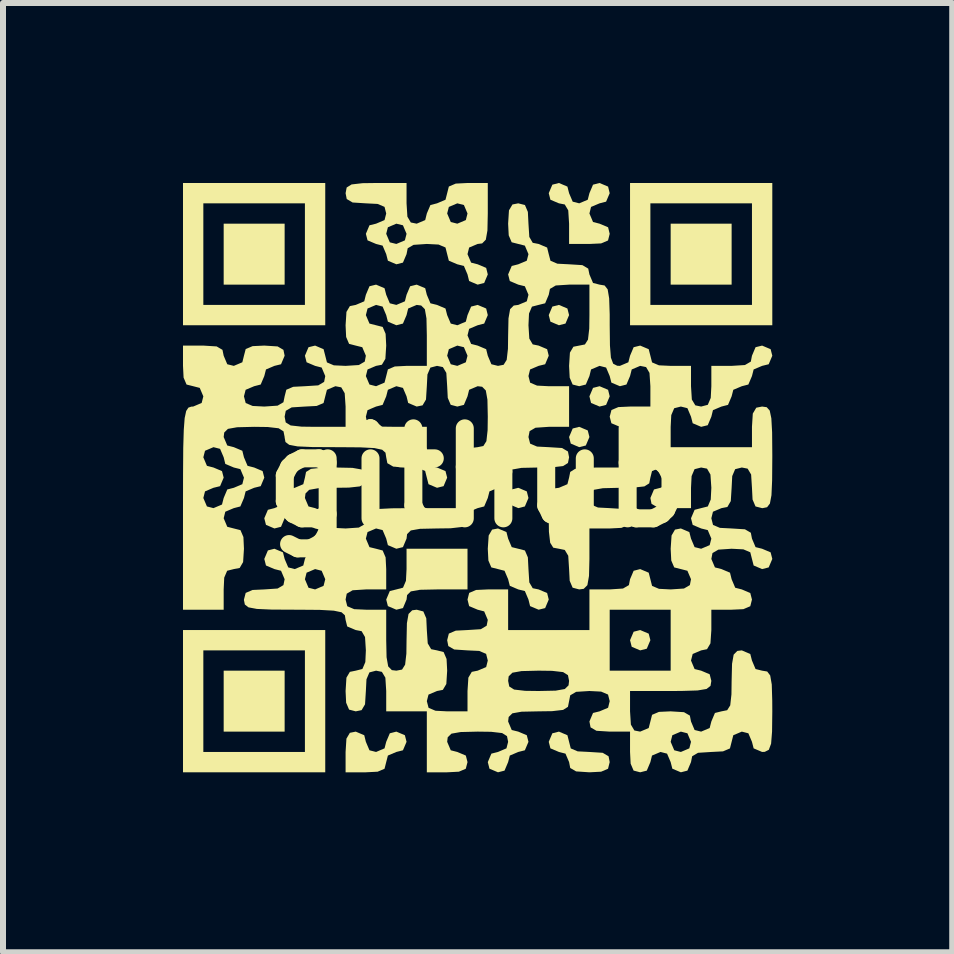
<source format=kicad_pcb>
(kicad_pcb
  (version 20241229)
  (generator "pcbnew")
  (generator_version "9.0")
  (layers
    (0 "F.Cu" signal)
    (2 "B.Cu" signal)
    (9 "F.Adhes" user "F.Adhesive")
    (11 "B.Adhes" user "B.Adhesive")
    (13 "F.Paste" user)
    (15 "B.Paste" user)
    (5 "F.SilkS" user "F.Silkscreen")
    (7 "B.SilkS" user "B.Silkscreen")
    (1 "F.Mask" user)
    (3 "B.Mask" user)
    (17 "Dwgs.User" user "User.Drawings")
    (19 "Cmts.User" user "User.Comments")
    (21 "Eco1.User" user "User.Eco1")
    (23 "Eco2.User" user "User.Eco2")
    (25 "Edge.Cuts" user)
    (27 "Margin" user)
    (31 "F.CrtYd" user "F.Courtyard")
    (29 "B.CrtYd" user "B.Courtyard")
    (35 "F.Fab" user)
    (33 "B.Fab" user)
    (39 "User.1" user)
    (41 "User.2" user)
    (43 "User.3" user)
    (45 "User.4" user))
  (footprint "github"
    (layer "F.Cu")
    (at 4.911 4.911)
    (property "Reference" "github" (at 0 0 0) (layer "F.SilkS") (effects (font (size 1.5 1.5) (thickness 0.3))))
    (attr board_only exclude_from_pos_files exclude_from_bom)
    (fp_poly (pts (xy -3.217 -3.725) (xy -3.217 -3.217) (xy -3.725 -3.217) (xy -4.233 -3.217) (xy -4.233 -3.725) (xy -4.233 -4.233) (xy -3.725 -4.233) (xy -3.217 -4.233)) (stroke (width 0) (type solid)) (fill yes) (layer "F.SilkS"))
    (fp_poly (pts (xy -3.217 3.725) (xy -3.217 4.233) (xy -3.725 4.233) (xy -4.233 4.233) (xy -4.233 3.725) (xy -4.233 3.217) (xy -3.725 3.217) (xy -3.217 3.217)) (stroke (width 0) (type solid)) (fill yes) (layer "F.SilkS"))
    (fp_poly (pts (xy 0.819 0.229) (xy 0.847 0.339) (xy 0.787 0.48) (xy 0.677 0.508) (xy 0.536 0.448) (xy 0.508 0.339) (xy 0.568 0.197) (xy 0.677 0.169)) (stroke (width 0) (type solid)) (fill yes) (layer "F.SilkS"))
    (fp_poly (pts (xy 1.496 -2.819) (xy 1.524 -2.709) (xy 1.464 -2.568) (xy 1.355 -2.54) (xy 1.213 -2.6) (xy 1.185 -2.709) (xy 1.245 -2.851) (xy 1.355 -2.879)) (stroke (width 0) (type solid)) (fill yes) (layer "F.SilkS"))
    (fp_poly (pts (xy 1.835 -0.787) (xy 1.863 -0.677) (xy 1.803 -0.536) (xy 1.693 -0.508) (xy 1.552 -0.568) (xy 1.524 -0.677) (xy 1.584 -0.819) (xy 1.693 -0.847)) (stroke (width 0) (type solid)) (fill yes) (layer "F.SilkS"))
    (fp_poly (pts (xy 2.174 -1.464) (xy 2.201 -1.355) (xy 2.141 -1.213) (xy 2.032 -1.185) (xy 1.89 -1.245) (xy 1.863 -1.355) (xy 1.923 -1.496) (xy 2.032 -1.524)) (stroke (width 0) (type solid)) (fill yes) (layer "F.SilkS"))
    (fp_poly (pts (xy 2.851 2.6) (xy 2.879 2.709) (xy 2.819 2.851) (xy 2.709 2.879) (xy 2.568 2.819) (xy 2.54 2.709) (xy 2.6 2.568) (xy 2.709 2.54)) (stroke (width 0) (type solid)) (fill yes) (layer "F.SilkS"))
    (fp_poly (pts (xy 4.233 -3.725) (xy 4.233 -3.217) (xy 3.725 -3.217) (xy 3.217 -3.217) (xy 3.217 -3.725) (xy 3.217 -4.233) (xy 3.725 -4.233) (xy 4.233 -4.233)) (stroke (width 0) (type solid)) (fill yes) (layer "F.SilkS"))
    (fp_poly (pts (xy -2.54 -3.725) (xy -2.54 -2.54) (xy -3.725 -2.54) (xy -4.911 -2.54) (xy -4.911 -3.725) (xy -4.572 -3.725) (xy -4.572 -2.879) (xy -3.725 -2.879) (xy -2.879 -2.879) (xy -2.879 -3.725) (xy -2.879 -4.572) (xy -3.725 -4.572) (xy -4.572 -4.572) (xy -4.572 -3.725) (xy -4.911 -3.725) (xy -4.911 -4.911) (xy -3.725 -4.911) (xy -2.54 -4.911)) (stroke (width 0) (type solid)) (fill yes) (layer "F.SilkS"))
    (fp_poly (pts (xy -2.54 3.725) (xy -2.54 4.911) (xy -3.725 4.911) (xy -4.911 4.911) (xy -4.911 3.725) (xy -4.572 3.725) (xy -4.572 4.572) (xy -3.725 4.572) (xy -2.879 4.572) (xy -2.879 3.725) (xy -2.879 2.879) (xy -3.725 2.879) (xy -4.572 2.879) (xy -4.572 3.725) (xy -4.911 3.725) (xy -4.911 2.54) (xy -3.725 2.54) (xy -2.54 2.54)) (stroke (width 0) (type solid)) (fill yes) (layer "F.SilkS"))
    (fp_poly (pts (xy 4.911 -3.725) (xy 4.911 -2.54) (xy 3.725 -2.54) (xy 2.54 -2.54) (xy 2.54 -3.725) (xy 2.879 -3.725) (xy 2.879 -2.879) (xy 3.725 -2.879) (xy 4.572 -2.879) (xy 4.572 -3.725) (xy 4.572 -4.572) (xy 3.725 -4.572) (xy 2.879 -4.572) (xy 2.879 -3.725) (xy 2.54 -3.725) (xy 2.54 -4.911) (xy 3.725 -4.911) (xy 4.911 -4.911)) (stroke (width 0) (type solid)) (fill yes) (layer "F.SilkS"))
    (fp_poly (pts (xy -0.169 1.524) (xy -0.169 1.863) (xy -0.677 1.863) (xy -0.961 1.869) (xy -1.114 1.896) (xy -1.176 1.957) (xy -1.185 2.032) (xy -1.245 2.174) (xy -1.355 2.201) (xy -1.496 2.141) (xy -1.524 2.032) (xy -1.464 1.89) (xy -1.355 1.863) (xy -1.244 1.834) (xy -1.195 1.719) (xy -1.185 1.524) (xy -1.185 1.185) (xy -0.677 1.185) (xy -0.169 1.185)) (stroke (width 0) (type solid)) (fill yes) (layer "F.SilkS"))
    (fp_poly (pts (xy 1.496 4.293) (xy 1.524 4.403) (xy 1.552 4.513) (xy 1.667 4.562) (xy 1.863 4.572) (xy 2.084 4.586) (xy 2.182 4.644) (xy 2.201 4.741) (xy 2.173 4.852) (xy 2.058 4.901) (xy 1.863 4.911) (xy 1.641 4.896) (xy 1.543 4.839) (xy 1.524 4.741) (xy 1.464 4.6) (xy 1.355 4.572) (xy 1.213 4.512) (xy 1.185 4.403) (xy 1.245 4.261) (xy 1.355 4.233)) (stroke (width 0) (type solid)) (fill yes) (layer "F.SilkS"))
    (fp_poly (pts (xy -1.213 4.293) (xy -1.185 4.403) (xy -1.245 4.544) (xy -1.355 4.572) (xy -1.496 4.632) (xy -1.524 4.741) (xy -1.552 4.852) (xy -1.667 4.901) (xy -1.863 4.911) (xy -2.201 4.911) (xy -2.201 4.572) (xy -2.187 4.35) (xy -2.13 4.253) (xy -2.032 4.233) (xy -1.89 4.293) (xy -1.863 4.403) (xy -1.803 4.544) (xy -1.693 4.572) (xy -1.552 4.512) (xy -1.524 4.403) (xy -1.464 4.261) (xy -1.355 4.233)) (stroke (width 0) (type solid)) (fill yes) (layer "F.SilkS"))
    (fp_poly (pts (xy 0.48 0.907) (xy 0.508 1.016) (xy 0.568 1.158) (xy 0.677 1.185) (xy 0.788 1.214) (xy 0.837 1.329) (xy 0.847 1.524) (xy 0.861 1.746) (xy 0.918 1.843) (xy 1.016 1.863) (xy 1.158 1.923) (xy 1.185 2.032) (xy 1.125 2.174) (xy 1.016 2.201) (xy 0.874 2.141) (xy 0.847 2.032) (xy 0.787 1.89) (xy 0.677 1.863) (xy 0.536 1.803) (xy 0.508 1.693) (xy 0.448 1.552) (xy 0.339 1.524) (xy 0.228 1.496) (xy 0.179 1.381) (xy 0.169 1.185) (xy 0.184 0.964) (xy 0.241 0.866) (xy 0.339 0.847)) (stroke (width 0) (type solid)) (fill yes) (layer "F.SilkS"))
    (fp_poly (pts (xy 2.174 -4.851) (xy 2.201 -4.741) (xy 2.141 -4.6) (xy 2.032 -4.572) (xy 1.89 -4.512) (xy 1.863 -4.403) (xy 1.923 -4.261) (xy 2.032 -4.233) (xy 2.174 -4.173) (xy 2.201 -4.064) (xy 2.173 -3.953) (xy 2.058 -3.904) (xy 1.863 -3.895) (xy 1.524 -3.895) (xy 1.524 -4.233) (xy 1.51 -4.455) (xy 1.452 -4.553) (xy 1.355 -4.572) (xy 1.213 -4.632) (xy 1.185 -4.741) (xy 1.245 -4.883) (xy 1.355 -4.911) (xy 1.496 -4.851) (xy 1.524 -4.741) (xy 1.584 -4.6) (xy 1.693 -4.572) (xy 1.835 -4.632) (xy 1.863 -4.741) (xy 1.923 -4.883) (xy 2.032 -4.911)) (stroke (width 0) (type solid)) (fill yes) (layer "F.SilkS"))
    (fp_poly (pts (xy -1.185 -4.572) (xy -1.171 -4.35) (xy -1.114 -4.253) (xy -1.016 -4.233) (xy -0.874 -4.293) (xy -0.847 -4.403) (xy -0.508 -4.403) (xy -0.448 -4.261) (xy -0.339 -4.233) (xy -0.197 -4.293) (xy -0.169 -4.403) (xy -0.229 -4.544) (xy -0.339 -4.572) (xy -0.48 -4.512) (xy -0.508 -4.403) (xy -0.847 -4.403) (xy -0.787 -4.544) (xy -0.677 -4.572) (xy -0.536 -4.632) (xy -0.508 -4.741) (xy -0.48 -4.852) (xy -0.365 -4.901) (xy -0.169 -4.911) (xy 0.169 -4.911) (xy 0.169 -4.403) (xy 0.163 -4.119) (xy 0.136 -3.966) (xy 0.075 -3.904) (xy -0.000001 -3.895) (xy -0.142 -3.835) (xy -0.169 -3.725) (xy -0.109 -3.584) (xy -0.000001 -3.556) (xy 0.142 -3.496) (xy 0.169 -3.387) (xy 0.109 -3.245) (xy -0.000001 -3.217) (xy -0.142 -3.277) (xy -0.169 -3.387) (xy -0.229 -3.528) (xy -0.339 -3.556) (xy -0.48 -3.616) (xy -0.508 -3.725) (xy -0.536 -3.836) (xy -0.651 -3.885) (xy -0.847 -3.895) (xy -1.068 -3.88) (xy -1.166 -3.823) (xy -1.185 -3.725) (xy -1.245 -3.584) (xy -1.355 -3.556) (xy -1.496 -3.616) (xy -1.524 -3.725) (xy -1.584 -3.867) (xy -1.693 -3.895) (xy -1.835 -3.955) (xy -1.863 -4.064) (xy -1.524 -4.064) (xy -1.464 -3.922) (xy -1.355 -3.895) (xy -1.213 -3.955) (xy -1.185 -4.064) (xy -1.245 -4.206) (xy -1.355 -4.233) (xy -1.496 -4.173) (xy -1.524 -4.064) (xy -1.863 -4.064) (xy -1.803 -4.206) (xy -1.693 -4.233) (xy -1.552 -4.293) (xy -1.524 -4.403) (xy -1.552 -4.513) (xy -1.667 -4.562) (xy -1.863 -4.572) (xy -2.084 -4.586) (xy -2.182 -4.644) (xy -2.201 -4.741) (xy -2.183 -4.836) (xy -2.101 -4.887) (xy -1.918 -4.908) (xy -1.693 -4.911) (xy -1.185 -4.911)) (stroke (width 0) (type solid)) (fill yes) (layer "F.SilkS"))
    (fp_poly (pts (xy 0.788 -4.544) (xy 0.837 -4.429) (xy 0.847 -4.233) (xy 0.861 -4.012) (xy 0.918 -3.914) (xy 1.016 -3.895) (xy 1.158 -3.835) (xy 1.185 -3.725) (xy 1.214 -3.615) (xy 1.329 -3.566) (xy 1.524 -3.556) (xy 1.746 -3.542) (xy 1.843 -3.484) (xy 1.863 -3.387) (xy 1.923 -3.245) (xy 2.032 -3.217) (xy 2.116 -3.203) (xy 2.167 -3.138) (xy 2.192 -2.988) (xy 2.201 -2.719) (xy 2.201 -2.54) (xy 2.205 -2.203) (xy 2.221 -2) (xy 2.259 -1.899) (xy 2.326 -1.865) (xy 2.371 -1.863) (xy 2.512 -1.923) (xy 2.54 -2.032) (xy 2.6 -2.174) (xy 2.709 -2.201) (xy 2.851 -2.141) (xy 2.879 -2.032) (xy 2.907 -1.921) (xy 3.022 -1.872) (xy 3.217 -1.863) (xy 3.556 -1.863) (xy 3.556 -1.524) (xy 3.57 -1.302) (xy 3.628 -1.205) (xy 3.725 -1.185) (xy 3.836 -1.214) (xy 3.885 -1.329) (xy 3.895 -1.524) (xy 3.895 -1.863) (xy 4.233 -1.863) (xy 4.455 -1.877) (xy 4.553 -1.934) (xy 4.572 -2.032) (xy 4.632 -2.174) (xy 4.741 -2.201) (xy 4.883 -2.141) (xy 4.911 -2.032) (xy 4.851 -1.89) (xy 4.741 -1.863) (xy 4.6 -1.803) (xy 4.572 -1.693) (xy 4.512 -1.552) (xy 4.403 -1.524) (xy 4.261 -1.464) (xy 4.233 -1.355) (xy 4.173 -1.213) (xy 4.064 -1.185) (xy 3.922 -1.125) (xy 3.895 -1.016) (xy 3.835 -0.874) (xy 3.725 -0.847) (xy 3.584 -0.907) (xy 3.556 -1.016) (xy 3.496 -1.158) (xy 3.387 -1.185) (xy 3.276 -1.157) (xy 3.227 -1.042) (xy 3.217 -0.847) (xy 3.217 -0.508) (xy 3.895 -0.508) (xy 4.572 -0.508) (xy 4.572 -0.847) (xy 4.586 -1.068) (xy 4.644 -1.166) (xy 4.741 -1.185) (xy 4.818 -1.174) (xy 4.868 -1.118) (xy 4.895 -0.989) (xy 4.908 -0.754) (xy 4.911 -0.384) (xy 4.911 -0.339) (xy 4.908 0.047) (xy 4.897 0.293) (xy 4.871 0.432) (xy 4.824 0.493) (xy 4.75 0.508) (xy 4.741 0.508) (xy 4.631 0.48) (xy 4.582 0.365) (xy 4.572 0.169) (xy 4.558 -0.052) (xy 4.5 -0.15) (xy 4.403 -0.169) (xy 4.292 -0.141) (xy 4.243 -0.026) (xy 4.233 0.169) (xy 4.219 0.391) (xy 4.162 0.489) (xy 4.064 0.508) (xy 3.922 0.568) (xy 3.895 0.677) (xy 3.923 0.788) (xy 4.038 0.837) (xy 4.233 0.847) (xy 4.455 0.861) (xy 4.553 0.918) (xy 4.572 1.016) (xy 4.632 1.158) (xy 4.741 1.185) (xy 4.883 1.245) (xy 4.911 1.355) (xy 4.851 1.496) (xy 4.741 1.524) (xy 4.6 1.464) (xy 4.572 1.355) (xy 4.544 1.244) (xy 4.429 1.195) (xy 4.233 1.185) (xy 4.012 1.2) (xy 3.914 1.257) (xy 3.895 1.355) (xy 3.955 1.496) (xy 4.064 1.524) (xy 4.206 1.584) (xy 4.233 1.693) (xy 4.293 1.835) (xy 4.403 1.863) (xy 4.544 1.923) (xy 4.572 2.032) (xy 4.544 2.143) (xy 4.429 2.192) (xy 4.233 2.201) (xy 3.895 2.201) (xy 3.895 2.54) (xy 3.88 2.762) (xy 3.823 2.859) (xy 3.725 2.879) (xy 3.584 2.939) (xy 3.556 3.048) (xy 3.616 3.19) (xy 3.725 3.217) (xy 3.867 3.277) (xy 3.895 3.387) (xy 3.881 3.471) (xy 3.815 3.522) (xy 3.665 3.547) (xy 3.396 3.555) (xy 3.217 3.556) (xy 2.54 3.556) (xy 2.54 3.895) (xy 2.554 4.116) (xy 2.612 4.214) (xy 2.709 4.233) (xy 2.851 4.173) (xy 2.879 4.064) (xy 2.907 3.953) (xy 3.022 3.904) (xy 3.217 3.895) (xy 3.439 3.909) (xy 3.537 3.966) (xy 3.556 4.064) (xy 3.616 4.206) (xy 3.725 4.233) (xy 3.867 4.173) (xy 3.895 4.064) (xy 3.955 3.922) (xy 4.064 3.895) (xy 4.159 3.876) (xy 4.21 3.795) (xy 4.23 3.612) (xy 4.233 3.387) (xy 4.24 3.103) (xy 4.267 2.95) (xy 4.328 2.888) (xy 4.403 2.879) (xy 4.544 2.939) (xy 4.572 3.048) (xy 4.632 3.19) (xy 4.741 3.217) (xy 4.826 3.231) (xy 4.876 3.297) (xy 4.902 3.447) (xy 4.91 3.716) (xy 4.911 3.895) (xy 4.907 4.232) (xy 4.891 4.434) (xy 4.853 4.536) (xy 4.786 4.57) (xy 4.741 4.572) (xy 4.6 4.512) (xy 4.572 4.403) (xy 4.512 4.261) (xy 4.403 4.233) (xy 4.261 4.293) (xy 4.233 4.403) (xy 4.205 4.513) (xy 4.09 4.562) (xy 3.895 4.572) (xy 3.673 4.586) (xy 3.575 4.644) (xy 3.556 4.741) (xy 3.496 4.883) (xy 3.387 4.911) (xy 3.245 4.851) (xy 3.217 4.741) (xy 3.157 4.6) (xy 3.048 4.572) (xy 2.906 4.632) (xy 2.879 4.741) (xy 2.819 4.883) (xy 2.709 4.911) (xy 2.599 4.882) (xy 2.55 4.767) (xy 2.54 4.572) (xy 2.54 4.403) (xy 3.217 4.403) (xy 3.277 4.544) (xy 3.387 4.572) (xy 3.528 4.512) (xy 3.556 4.403) (xy 3.496 4.261) (xy 3.387 4.233) (xy 3.245 4.293) (xy 3.217 4.403) (xy 2.54 4.403) (xy 2.54 4.233) (xy 2.201 4.233) (xy 1.98 4.219) (xy 1.882 4.162) (xy 1.863 4.064) (xy 1.923 3.922) (xy 2.032 3.895) (xy 2.174 3.835) (xy 2.201 3.725) (xy 2.173 3.615) (xy 2.058 3.566) (xy 1.863 3.556) (xy 1.641 3.57) (xy 1.543 3.628) (xy 1.524 3.725) (xy 1.505 3.82) (xy 1.424 3.871) (xy 1.241 3.892) (xy 1.016 3.895) (xy 0.732 3.901) (xy 0.579 3.928) (xy 0.517 3.989) (xy 0.508 4.064) (xy 0.568 4.206) (xy 0.677 4.233) (xy 0.819 4.293) (xy 0.847 4.403) (xy 0.787 4.544) (xy 0.677 4.572) (xy 0.536 4.632) (xy 0.508 4.741) (xy 0.448 4.883) (xy 0.339 4.911) (xy 0.197 4.851) (xy 0.169 4.741) (xy 0.229 4.6) (xy 0.339 4.572) (xy 0.48 4.512) (xy 0.508 4.403) (xy 0.489 4.308) (xy 0.408 4.257) (xy 0.225 4.236) (xy -0.000001 4.233) (xy -0.284 4.24) (xy -0.437 4.267) (xy -0.499 4.328) (xy -0.508 4.403) (xy -0.448 4.544) (xy -0.339 4.572) (xy -0.197 4.632) (xy -0.169 4.741) (xy -0.198 4.852) (xy -0.313 4.901) (xy -0.508 4.911) (xy -0.847 4.911) (xy -0.847 4.403) (xy -0.847 3.895) (xy -1.185 3.895) (xy -1.524 3.895) (xy -1.524 3.556) (xy -1.538 3.334) (xy -1.596 3.237) (xy -1.693 3.217) (xy -1.804 3.246) (xy -1.853 3.361) (xy -1.863 3.556) (xy -1.877 3.778) (xy -1.934 3.875) (xy -2.032 3.895) (xy -2.143 3.866) (xy -2.192 3.751) (xy -2.201 3.556) (xy -2.187 3.334) (xy -2.13 3.237) (xy -2.032 3.217) (xy -1.921 3.189) (xy -1.872 3.074) (xy -1.863 2.879) (xy -1.877 2.657) (xy -1.934 2.559) (xy -2.032 2.54) (xy -2.174 2.48) (xy -2.201 2.371) (xy -2.213 2.294) (xy -2.268 2.244) (xy -2.398 2.217) (xy -2.632 2.204) (xy -3.003 2.201) (xy -3.048 2.201) (xy -3.433 2.199) (xy -3.68 2.188) (xy -3.819 2.162) (xy -3.88 2.115) (xy -3.895 2.041) (xy -3.895 2.032) (xy -2.201 2.032) (xy -2.173 2.143) (xy -2.058 2.192) (xy -1.863 2.201) (xy -1.524 2.201) (xy -1.524 2.709) (xy -1.518 2.993) (xy -1.491 3.146) (xy -1.43 3.208) (xy -1.355 3.217) (xy -1.26 3.199) (xy -1.209 3.117) (xy -1.188 2.934) (xy -1.185 2.709) (xy -1.179 2.426) (xy -1.152 2.272) (xy -1.091 2.211) (xy -1.016 2.201) (xy -0.905 2.23) (xy -0.856 2.345) (xy -0.847 2.54) (xy -0.832 2.762) (xy -0.775 2.859) (xy -0.677 2.879) (xy -0.567 2.907) (xy -0.518 3.022) (xy -0.508 3.217) (xy -0.522 3.439) (xy -0.58 3.537) (xy -0.677 3.556) (xy -0.819 3.616) (xy -0.847 3.725) (xy -0.818 3.836) (xy -0.703 3.885) (xy -0.508 3.895) (xy -0.169 3.895) (xy -0.169 3.556) (xy -0.158 3.387) (xy 0.508 3.387) (xy 0.527 3.481) (xy 0.608 3.532) (xy 0.791 3.553) (xy 1.016 3.556) (xy 1.3 3.55) (xy 1.453 3.523) (xy 1.515 3.462) (xy 1.524 3.387) (xy 1.505 3.292) (xy 1.424 3.241) (xy 1.241 3.22) (xy 1.016 3.217) (xy 0.732 3.224) (xy 0.579 3.251) (xy 0.517 3.312) (xy 0.508 3.387) (xy -0.158 3.387) (xy -0.155 3.334) (xy -0.098 3.237) (xy -0.000001 3.217) (xy 0.142 3.157) (xy 0.169 3.048) (xy 0.141 2.937) (xy 0.026 2.888) (xy -0.169 2.879) (xy -0.391 2.864) (xy -0.489 2.807) (xy -0.508 2.709) (xy 2.201 2.709) (xy 2.201 3.217) (xy 2.709 3.217) (xy 3.217 3.217) (xy 3.217 2.709) (xy 3.217 2.201) (xy 2.709 2.201) (xy 2.201 2.201) (xy 2.201 2.709) (xy -0.508 2.709) (xy -0.48 2.599) (xy -0.365 2.55) (xy -0.169 2.54) (xy 0.052 2.526) (xy 0.15 2.468) (xy 0.169 2.371) (xy 0.109 2.229) (xy -0.000001 2.201) (xy -0.142 2.141) (xy -0.169 2.032) (xy -0.141 1.921) (xy -0.026 1.872) (xy 0.169 1.863) (xy 0.508 1.863) (xy 0.508 2.201) (xy 0.508 2.54) (xy 1.185 2.54) (xy 1.863 2.54) (xy 1.863 2.201) (xy 1.863 1.863) (xy 2.201 1.863) (xy 2.423 1.848) (xy 2.521 1.791) (xy 2.54 1.693) (xy 2.6 1.552) (xy 2.709 1.524) (xy 2.851 1.584) (xy 2.879 1.693) (xy 2.907 1.804) (xy 3.022 1.853) (xy 3.217 1.863) (xy 3.439 1.848) (xy 3.537 1.791) (xy 3.556 1.693) (xy 3.496 1.552) (xy 3.387 1.524) (xy 3.276 1.496) (xy 3.227 1.381) (xy 3.217 1.185) (xy 3.232 0.964) (xy 3.289 0.866) (xy 3.387 0.847) (xy 3.528 0.907) (xy 3.556 1.016) (xy 3.616 1.158) (xy 3.725 1.185) (xy 3.867 1.125) (xy 3.895 1.016) (xy 3.835 0.874) (xy 3.725 0.847) (xy 3.584 0.787) (xy 3.556 0.677) (xy 3.616 0.536) (xy 3.725 0.508) (xy 3.836 0.48) (xy 3.885 0.365) (xy 3.895 0.169) (xy 3.88 -0.052) (xy 3.823 -0.15) (xy 3.725 -0.169) (xy 3.615 -0.141) (xy 3.566 -0.026) (xy 3.556 0.169) (xy 3.556 0.508) (xy 3.217 0.508) (xy 2.996 0.494) (xy 2.898 0.436) (xy 2.879 0.339) (xy 2.939 0.197) (xy 3.048 0.169) (xy 3.19 0.109) (xy 3.217 -0.000001) (xy 3.157 -0.142) (xy 3.048 -0.169) (xy 2.906 -0.109) (xy 2.879 -0.000001) (xy 2.86 0.095) (xy 2.779 0.146) (xy 2.596 0.166) (xy 2.371 0.169) (xy 2.087 0.176) (xy 1.934 0.203) (xy 1.872 0.264) (xy 1.863 0.339) (xy 1.891 0.449) (xy 2.006 0.498) (xy 2.201 0.508) (xy 2.423 0.522) (xy 2.521 0.58) (xy 2.54 0.677) (xy 2.512 0.788) (xy 2.397 0.837) (xy 2.201 0.847) (xy 1.863 0.847) (xy 1.863 1.355) (xy 1.856 1.638) (xy 1.829 1.792) (xy 1.768 1.853) (xy 1.693 1.863) (xy 1.583 1.834) (xy 1.534 1.719) (xy 1.524 1.524) (xy 1.51 1.302) (xy 1.452 1.205) (xy 1.355 1.185) (xy 1.26 1.167) (xy 1.209 1.085) (xy 1.188 0.902) (xy 1.185 0.677) (xy 1.192 0.394) (xy 1.219 0.24) (xy 1.28 0.179) (xy 1.355 0.169) (xy 1.496 0.109) (xy 1.524 -0.000001) (xy 1.543 -0.095) (xy 1.624 -0.146) (xy 1.807 -0.166) (xy 2.032 -0.169) (xy 2.54 -0.169) (xy 2.54 -0.508) (xy 2.526 -0.73) (xy 2.468 -0.827) (xy 2.371 -0.847) (xy 2.229 -0.907) (xy 2.201 -1.016) (xy 2.23 -1.127) (xy 2.345 -1.176) (xy 2.54 -1.185) (xy 2.879 -1.185) (xy 2.879 -1.524) (xy 2.864 -1.746) (xy 2.807 -1.843) (xy 2.709 -1.863) (xy 2.568 -1.803) (xy 2.54 -1.693) (xy 2.48 -1.552) (xy 2.371 -1.524) (xy 2.229 -1.584) (xy 2.201 -1.693) (xy 2.141 -1.835) (xy 2.032 -1.863) (xy 1.89 -1.803) (xy 1.863 -1.693) (xy 1.803 -1.552) (xy 1.693 -1.524) (xy 1.583 -1.552) (xy 1.534 -1.667) (xy 1.524 -1.863) (xy 1.538 -2.084) (xy 1.596 -2.182) (xy 1.693 -2.201) (xy 1.788 -2.22) (xy 1.839 -2.301) (xy 1.86 -2.484) (xy 1.863 -2.709) (xy 1.863 -3.217) (xy 1.524 -3.217) (xy 1.302 -3.203) (xy 1.205 -3.146) (xy 1.185 -3.048) (xy 1.125 -2.906) (xy 1.016 -2.879) (xy 0.905 -2.85) (xy 0.856 -2.735) (xy 0.847 -2.54) (xy 0.861 -2.318) (xy 0.918 -2.221) (xy 1.016 -2.201) (xy 1.158 -2.141) (xy 1.185 -2.032) (xy 1.125 -1.89) (xy 1.016 -1.863) (xy 0.874 -1.803) (xy 0.847 -1.693) (xy 0.875 -1.583) (xy 0.99 -1.534) (xy 1.185 -1.524) (xy 1.524 -1.524) (xy 1.524 -1.185) (xy 1.524 -0.847) (xy 1.185 -0.847) (xy 0.964 -0.832) (xy 0.866 -0.775) (xy 0.847 -0.677) (xy 0.875 -0.567) (xy 0.99 -0.518) (xy 1.185 -0.508) (xy 1.407 -0.494) (xy 1.505 -0.436) (xy 1.524 -0.339) (xy 1.505 -0.244) (xy 1.424 -0.193) (xy 1.241 -0.172) (xy 1.016 -0.169) (xy 0.732 -0.163) (xy 0.579 -0.136) (xy 0.517 -0.075) (xy 0.508 -0.000001) (xy 0.448 0.142) (xy 0.339 0.169) (xy 0.197 0.229) (xy 0.169 0.339) (xy 0.109 0.48) (xy -0.000001 0.508) (xy -0.142 0.568) (xy -0.169 0.677) (xy -0.188 0.772) (xy -0.269 0.823) (xy -0.452 0.844) (xy -0.677 0.847) (xy -0.961 0.853) (xy -1.114 0.88) (xy -1.176 0.941) (xy -1.185 1.016) (xy -1.245 1.158) (xy -1.355 1.185) (xy -1.496 1.125) (xy -1.524 1.016) (xy -1.584 0.874) (xy -1.693 0.847) (xy -1.835 0.907) (xy -1.863 1.016) (xy -1.803 1.158) (xy -1.693 1.185) (xy -1.583 1.214) (xy -1.534 1.329) (xy -1.524 1.524) (xy -1.524 1.863) (xy -1.863 1.863) (xy -2.084 1.877) (xy -2.182 1.934) (xy -2.201 2.032) (xy -3.895 2.032) (xy -3.866 1.921) (xy -3.751 1.872) (xy -3.556 1.863) (xy -3.334 1.848) (xy -3.237 1.791) (xy -3.217 1.693) (xy -2.879 1.693) (xy -2.819 1.835) (xy -2.709 1.863) (xy -2.568 1.803) (xy -2.54 1.693) (xy -2.6 1.552) (xy -2.709 1.524) (xy -2.851 1.584) (xy -2.879 1.693) (xy -3.217 1.693) (xy -3.277 1.552) (xy -3.387 1.524) (xy -3.528 1.464) (xy -3.556 1.355) (xy -3.496 1.213) (xy -3.387 1.185) (xy -3.245 1.245) (xy -3.217 1.355) (xy -3.157 1.496) (xy -3.048 1.524) (xy -2.906 1.464) (xy -2.879 1.355) (xy -2.819 1.213) (xy -2.709 1.185) (xy -2.568 1.125) (xy -2.54 1.016) (xy -2.6 0.874) (xy -2.709 0.847) (xy -2.851 0.787) (xy -2.879 0.677) (xy -2.939 0.536) (xy -3.048 0.508) (xy -3.19 0.568) (xy -3.217 0.677) (xy -3.277 0.819) (xy -3.387 0.847) (xy -3.528 0.787) (xy -3.556 0.677) (xy -3.496 0.536) (xy -3.387 0.508) (xy -3.245 0.448) (xy -3.217 0.339) (xy -3.157 0.197) (xy -3.048 0.169) (xy -2.906 0.109) (xy -2.879 -0.000001) (xy -2.86 -0.095) (xy -2.779 -0.146) (xy -2.596 -0.166) (xy -2.371 -0.169) (xy -2.087 -0.163) (xy -1.934 -0.136) (xy -1.872 -0.075) (xy -1.863 -0.000001) (xy -1.881 0.095) (xy -1.963 0.146) (xy -2.146 0.166) (xy -2.371 0.169) (xy -2.654 0.176) (xy -2.808 0.203) (xy -2.869 0.264) (xy -2.879 0.339) (xy -2.819 0.48) (xy -2.709 0.508) (xy -2.568 0.568) (xy -2.54 0.677) (xy -2.512 0.788) (xy -2.397 0.837) (xy -2.201 0.847) (xy -1.98 0.832) (xy -1.882 0.775) (xy -1.863 0.677) (xy -1.851 0.6) (xy -1.796 0.551) (xy -1.666 0.523) (xy -1.432 0.511) (xy -1.061 0.508) (xy -1.016 0.508) (xy -0.169 0.508) (xy -0.169 -0.000001) (xy -0.163 -0.284) (xy -0.136 -0.437) (xy -0.075 -0.499) (xy -0.000001 -0.508) (xy 0.095 -0.527) (xy 0.146 -0.608) (xy 0.166 -0.791) (xy 0.169 -1.016) (xy 0.163 -1.3) (xy 0.136 -1.453) (xy 0.075 -1.515) (xy -0.000001 -1.524) (xy -0.142 -1.464) (xy -0.169 -1.355) (xy -0.229 -1.213) (xy -0.339 -1.185) (xy -0.449 -1.214) (xy -0.498 -1.329) (xy -0.508 -1.524) (xy -0.522 -1.746) (xy -0.58 -1.843) (xy -0.677 -1.863) (xy -0.788 -1.834) (xy -0.837 -1.719) (xy -0.847 -1.524) (xy -0.861 -1.302) (xy -0.918 -1.205) (xy -1.016 -1.185) (xy -1.158 -1.245) (xy -1.185 -1.355) (xy -1.245 -1.496) (xy -1.355 -1.524) (xy -1.496 -1.464) (xy -1.524 -1.355) (xy -1.584 -1.213) (xy -1.693 -1.185) (xy -1.835 -1.125) (xy -1.863 -1.016) (xy -1.844 -0.921) (xy -1.763 -0.87) (xy -1.58 -0.85) (xy -1.355 -0.847) (xy -0.847 -0.847) (xy -0.847 -0.508) (xy -0.832 -0.286) (xy -0.775 -0.189) (xy -0.677 -0.169) (xy -0.536 -0.109) (xy -0.508 -0.000001) (xy -0.568 0.142) (xy -0.677 0.169) (xy -0.819 0.109) (xy -0.847 -0.000001) (xy -0.875 -0.111) (xy -0.99 -0.16) (xy -1.185 -0.169) (xy -1.407 -0.184) (xy -1.505 -0.241) (xy -1.524 -0.339) (xy -1.536 -0.416) (xy -1.591 -0.465) (xy -1.721 -0.493) (xy -1.955 -0.505) (xy -2.325 -0.508) (xy -2.371 -0.508) (xy -2.756 -0.51) (xy -3.003 -0.521) (xy -3.141 -0.547) (xy -3.203 -0.594) (xy -3.217 -0.668) (xy -3.217 -0.677) (xy -3.236 -0.772) (xy -3.317 -0.823) (xy -3.5 -0.844) (xy -3.725 -0.847) (xy -4.009 -0.84) (xy -4.162 -0.813) (xy -4.224 -0.752) (xy -4.233 -0.677) (xy -4.173 -0.536) (xy -4.064 -0.508) (xy -3.922 -0.448) (xy -3.895 -0.339) (xy -3.835 -0.197) (xy -3.725 -0.169) (xy -3.584 -0.109) (xy -3.556 -0.000001) (xy -3.616 0.142) (xy -3.725 0.169) (xy -3.867 0.229) (xy -3.895 0.339) (xy -3.955 0.48) (xy -4.064 0.508) (xy -4.206 0.568) (xy -4.233 0.677) (xy -4.173 0.819) (xy -4.064 0.847) (xy -3.953 0.875) (xy -3.904 0.99) (xy -3.895 1.185) (xy -3.909 1.407) (xy -3.966 1.505) (xy -4.064 1.524) (xy -4.175 1.552) (xy -4.224 1.667) (xy -4.233 1.863) (xy -4.233 2.201) (xy -4.572 2.201) (xy -4.911 2.201) (xy -4.911 0.508) (xy -4.91 -0.067) (xy -4.908 -0.339) (xy -4.572 -0.339) (xy -4.512 -0.197) (xy -4.403 -0.169) (xy -4.261 -0.109) (xy -4.233 -0.000001) (xy -4.293 0.142) (xy -4.403 0.169) (xy -4.544 0.229) (xy -4.572 0.339) (xy -4.512 0.48) (xy -4.403 0.508) (xy -4.261 0.448) (xy -4.233 0.339) (xy -4.173 0.197) (xy -4.064 0.169) (xy -3.922 0.109) (xy -3.895 -0.000001) (xy -3.955 -0.142) (xy -4.064 -0.169) (xy -4.206 -0.229) (xy -4.233 -0.339) (xy -4.293 -0.48) (xy -4.403 -0.508) (xy -4.544 -0.448) (xy -4.572 -0.339) (xy -4.908 -0.339) (xy -4.907 -0.495) (xy -4.898 -0.797) (xy -4.883 -0.995) (xy -4.878 -1.016) (xy -3.217 -1.016) (xy -3.199 -0.921) (xy -3.117 -0.87) (xy -2.934 -0.85) (xy -2.709 -0.847) (xy -2.201 -0.847) (xy -2.201 -1.185) (xy -2.216 -1.407) (xy -2.273 -1.505) (xy -2.371 -1.524) (xy -2.512 -1.464) (xy -2.54 -1.355) (xy -2.568 -1.244) (xy -2.683 -1.195) (xy -2.879 -1.185) (xy -3.1 -1.171) (xy -3.198 -1.114) (xy -3.217 -1.016) (xy -4.878 -1.016) (xy -4.858 -1.111) (xy -4.821 -1.167) (xy -4.771 -1.184) (xy -4.741 -1.185) (xy -4.6 -1.245) (xy -4.572 -1.355) (xy -4.632 -1.496) (xy -4.741 -1.524) (xy -4.852 -1.552) (xy -4.901 -1.667) (xy -4.911 -1.863) (xy -4.911 -2.201) (xy -4.572 -2.201) (xy -4.35 -2.187) (xy -4.253 -2.13) (xy -4.233 -2.032) (xy -4.173 -1.89) (xy -4.064 -1.863) (xy -3.922 -1.923) (xy -3.895 -2.032) (xy -3.866 -2.143) (xy -3.751 -2.192) (xy -3.556 -2.201) (xy -3.334 -2.187) (xy -3.237 -2.13) (xy -3.217 -2.032) (xy -3.277 -1.89) (xy -3.387 -1.863) (xy -3.528 -1.803) (xy -3.556 -1.693) (xy -3.616 -1.552) (xy -3.725 -1.524) (xy -3.867 -1.464) (xy -3.895 -1.355) (xy -3.866 -1.244) (xy -3.751 -1.195) (xy -3.556 -1.185) (xy -3.334 -1.2) (xy -3.237 -1.257) (xy -3.217 -1.355) (xy -3.189 -1.465) (xy -3.074 -1.514) (xy -2.879 -1.524) (xy -2.657 -1.538) (xy -2.559 -1.596) (xy -2.54 -1.693) (xy -2.6 -1.835) (xy -2.709 -1.863) (xy -2.851 -1.923) (xy -2.879 -2.032) (xy -2.819 -2.174) (xy -2.709 -2.201) (xy -2.568 -2.141) (xy -2.54 -2.032) (xy -2.512 -1.921) (xy -2.397 -1.872) (xy -2.201 -1.863) (xy -1.98 -1.877) (xy -1.882 -1.934) (xy -1.863 -2.032) (xy -1.923 -2.174) (xy -2.032 -2.201) (xy -2.143 -2.23) (xy -2.192 -2.345) (xy -2.201 -2.54) (xy -2.19 -2.709) (xy -1.863 -2.709) (xy -1.803 -2.568) (xy -1.693 -2.54) (xy -1.583 -2.512) (xy -1.534 -2.397) (xy -1.524 -2.201) (xy -1.538 -1.98) (xy -1.596 -1.882) (xy -1.693 -1.863) (xy -1.835 -1.803) (xy -1.863 -1.693) (xy -1.803 -1.552) (xy -1.693 -1.524) (xy -1.552 -1.584) (xy -1.524 -1.693) (xy -1.496 -1.804) (xy -1.381 -1.853) (xy -1.185 -1.863) (xy -0.847 -1.863) (xy -0.847 -2.032) (xy -0.508 -2.032) (xy -0.448 -1.89) (xy -0.339 -1.863) (xy -0.197 -1.923) (xy -0.169 -2.032) (xy -0.229 -2.174) (xy -0.339 -2.201) (xy -0.48 -2.141) (xy -0.508 -2.032) (xy -0.847 -2.032) (xy -0.847 -2.371) (xy -0.853 -2.654) (xy -0.88 -2.808) (xy -0.941 -2.869) (xy -1.016 -2.879) (xy -1.158 -2.819) (xy -1.185 -2.709) (xy -1.245 -2.568) (xy -1.355 -2.54) (xy -1.496 -2.6) (xy -1.524 -2.709) (xy -1.584 -2.851) (xy -1.693 -2.879) (xy -1.835 -2.819) (xy -1.863 -2.709) (xy -2.19 -2.709) (xy -2.187 -2.762) (xy -2.13 -2.859) (xy -2.032 -2.879) (xy -1.89 -2.939) (xy -1.863 -3.048) (xy -1.803 -3.19) (xy -1.693 -3.217) (xy -1.552 -3.157) (xy -1.524 -3.048) (xy -1.464 -2.906) (xy -1.355 -2.879) (xy -1.213 -2.939) (xy -1.185 -3.048) (xy -1.125 -3.19) (xy -1.016 -3.217) (xy -0.874 -3.157) (xy -0.847 -3.048) (xy -0.787 -2.906) (xy -0.677 -2.879) (xy -0.536 -2.819) (xy -0.508 -2.709) (xy -0.448 -2.568) (xy -0.339 -2.54) (xy -0.197 -2.6) (xy -0.169 -2.709) (xy -0.109 -2.851) (xy -0.000001 -2.879) (xy 0.142 -2.819) (xy 0.169 -2.709) (xy 0.109 -2.568) (xy -0.000001 -2.54) (xy -0.142 -2.48) (xy -0.169 -2.371) (xy -0.109 -2.229) (xy -0.000001 -2.201) (xy 0.142 -2.141) (xy 0.169 -2.032) (xy 0.229 -1.89) (xy 0.339 -1.863) (xy 0.433 -1.881) (xy 0.484 -1.963) (xy 0.505 -2.146) (xy 0.508 -2.371) (xy 0.514 -2.654) (xy 0.541 -2.808) (xy 0.602 -2.869) (xy 0.677 -2.879) (xy 0.819 -2.939) (xy 0.847 -3.048) (xy 0.787 -3.19) (xy 0.677 -3.217) (xy 0.536 -3.277) (xy 0.508 -3.387) (xy 0.568 -3.528) (xy 0.677 -3.556) (xy 0.819 -3.616) (xy 0.847 -3.725) (xy 0.787 -3.867) (xy 0.677 -3.895) (xy 0.567 -3.923) (xy 0.518 -4.038) (xy 0.508 -4.233) (xy 0.522 -4.455) (xy 0.58 -4.553) (xy 0.677 -4.572)) (stroke (width 0) (type solid)) (fill yes) (layer "F.SilkS")))
  (gr_rect
    (start -3 -3)
    (end 12.821 12.821)
    (stroke (width 0.1) (type default))
    (fill no)
    (layer "Edge.Cuts")))
</source>
